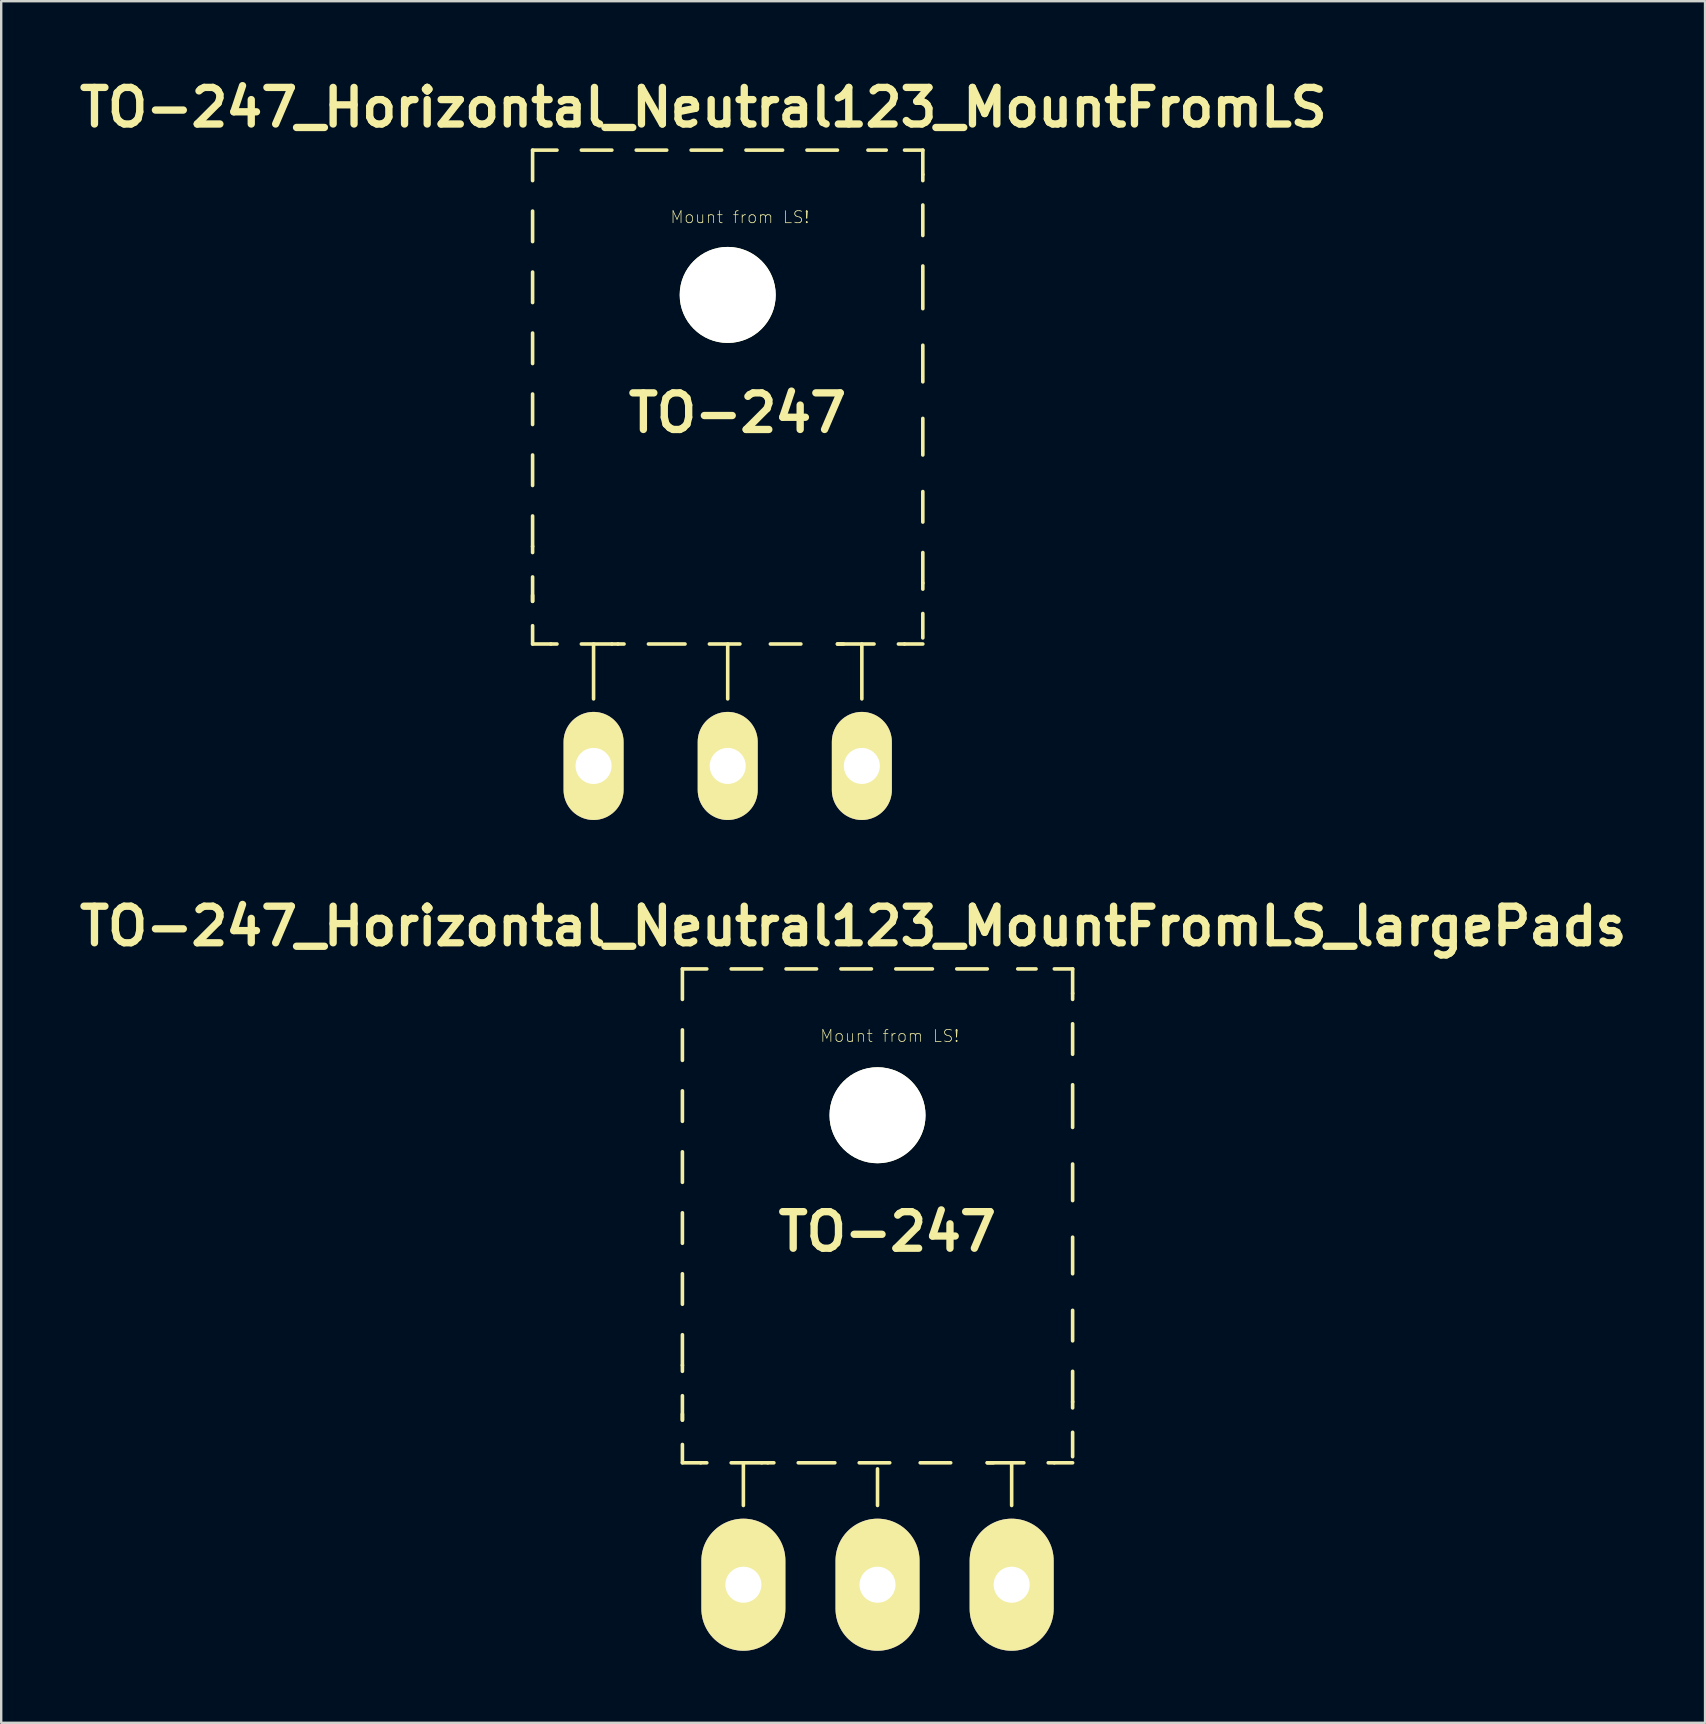
<source format=kicad_pcb>
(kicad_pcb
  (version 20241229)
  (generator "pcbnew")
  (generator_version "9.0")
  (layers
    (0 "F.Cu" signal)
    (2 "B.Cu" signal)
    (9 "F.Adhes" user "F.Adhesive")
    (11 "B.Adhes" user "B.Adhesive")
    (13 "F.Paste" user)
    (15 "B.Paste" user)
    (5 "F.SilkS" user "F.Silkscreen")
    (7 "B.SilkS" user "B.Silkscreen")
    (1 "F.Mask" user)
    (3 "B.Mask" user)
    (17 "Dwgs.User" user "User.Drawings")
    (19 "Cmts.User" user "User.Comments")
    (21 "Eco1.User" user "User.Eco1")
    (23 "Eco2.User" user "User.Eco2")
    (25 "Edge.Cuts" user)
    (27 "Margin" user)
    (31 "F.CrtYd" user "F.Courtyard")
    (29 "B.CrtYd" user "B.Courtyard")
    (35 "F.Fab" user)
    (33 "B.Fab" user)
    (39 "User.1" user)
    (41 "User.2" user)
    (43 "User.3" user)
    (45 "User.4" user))
  (footprint "TO-247_Horizontal_Neutral123_MountFromLS"
    (layer "F.Cu")
    (at 27.265 28.858)
    (property "Reference" "TO-247_Horizontal_Neutral123_MountFromLS" (at -1.016 -27.432 0) (layer "F.SilkS") (effects (font (size 1.524 1.524) (thickness 0.305))))
    (attr through_hole)
    (fp_line (start -8.128 -25.654) (end -8.128 -24.384) (stroke (width 0.15) (type solid)) (layer "F.SilkS"))
    (fp_line (start -8.128 -25.654) (end -7.112 -25.654) (stroke (width 0.15) (type solid)) (layer "F.SilkS"))
    (fp_line (start -8.128 -23.114) (end -8.128 -21.844) (stroke (width 0.15) (type solid)) (layer "F.SilkS"))
    (fp_line (start -8.128 -20.574) (end -8.128 -19.304) (stroke (width 0.15) (type solid)) (layer "F.SilkS"))
    (fp_line (start -8.128 -18.034) (end -8.128 -16.764) (stroke (width 0.15) (type solid)) (layer "F.SilkS"))
    (fp_line (start -8.128 -15.494) (end -8.128 -14.224) (stroke (width 0.15) (type solid)) (layer "F.SilkS"))
    (fp_line (start -8.128 -12.954) (end -8.128 -11.684) (stroke (width 0.15) (type solid)) (layer "F.SilkS"))
    (fp_line (start -8.128 -10.414) (end -8.128 -9.144) (stroke (width 0.15) (type solid)) (layer "F.SilkS"))
    (fp_line (start -8.128 -9.144) (end -8.128 -8.89) (stroke (width 0.15) (type solid)) (layer "F.SilkS"))
    (fp_line (start -8.128 -7.874) (end -8.128 -6.858) (stroke (width 0.15) (type solid)) (layer "F.SilkS"))
    (fp_line (start -8.128 -6.858) (end -8.128 -7.112) (stroke (width 0.15) (type solid)) (layer "F.SilkS"))
    (fp_line (start -8.128 -5.842) (end -8.128 -5.08) (stroke (width 0.15) (type solid)) (layer "F.SilkS"))
    (fp_line (start -8.128 -5.08) (end -7.366 -5.08) (stroke (width 0.15) (type solid)) (layer "F.SilkS"))
    (fp_line (start -7.366 -5.08) (end -7.112 -5.08) (stroke (width 0.15) (type solid)) (layer "F.SilkS"))
    (fp_line (start -6.096 -25.654) (end -4.826 -25.654) (stroke (width 0.15) (type solid)) (layer "F.SilkS"))
    (fp_line (start -6.096 -5.08) (end -4.826 -5.08) (stroke (width 0.15) (type solid)) (layer "F.SilkS"))
    (fp_line (start -5.588 -2.794) (end -5.588 -5.08) (stroke (width 0.15) (type solid)) (layer "F.SilkS"))
    (fp_line (start -4.826 -5.08) (end -4.572 -5.08) (stroke (width 0.15) (type solid)) (layer "F.SilkS"))
    (fp_line (start -4.572 -5.08) (end -4.318 -5.08) (stroke (width 0.15) (type solid)) (layer "F.SilkS"))
    (fp_line (start -3.81 -25.654) (end -2.54 -25.654) (stroke (width 0.15) (type solid)) (layer "F.SilkS"))
    (fp_line (start -3.302 -5.08) (end -1.778 -5.08) (stroke (width 0.15) (type solid)) (layer "F.SilkS"))
    (fp_line (start -1.524 -25.654) (end -0.254 -25.654) (stroke (width 0.15) (type solid)) (layer "F.SilkS"))
    (fp_line (start -0.762 -5.08) (end 0.508 -5.08) (stroke (width 0.15) (type solid)) (layer "F.SilkS"))
    (fp_line (start 0 -2.794) (end 0 -5.08) (stroke (width 0.15) (type solid)) (layer "F.SilkS"))
    (fp_line (start 0.762 -25.654) (end 2.286 -25.654) (stroke (width 0.15) (type solid)) (layer "F.SilkS"))
    (fp_line (start 1.778 -5.08) (end 3.048 -5.08) (stroke (width 0.15) (type solid)) (layer "F.SilkS"))
    (fp_line (start 3.302 -25.654) (end 4.572 -25.654) (stroke (width 0.15) (type solid)) (layer "F.SilkS"))
    (fp_line (start 4.572 -5.08) (end 4.826 -5.08) (stroke (width 0.15) (type solid)) (layer "F.SilkS"))
    (fp_line (start 5.588 -2.794) (end 5.588 -5.08) (stroke (width 0.15) (type solid)) (layer "F.SilkS"))
    (fp_line (start 5.842 -25.654) (end 6.604 -25.654) (stroke (width 0.15) (type solid)) (layer "F.SilkS"))
    (fp_line (start 6.096 -5.08) (end 4.572 -5.08) (stroke (width 0.15) (type solid)) (layer "F.SilkS"))
    (fp_line (start 7.366 -25.654) (end 8.128 -25.654) (stroke (width 0.15) (type solid)) (layer "F.SilkS"))
    (fp_line (start 7.366 -5.08) (end 7.112 -5.08) (stroke (width 0.15) (type solid)) (layer "F.SilkS"))
    (fp_line (start 8.128 -25.654) (end 8.128 -24.638) (stroke (width 0.15) (type solid)) (layer "F.SilkS"))
    (fp_line (start 8.128 -24.638) (end 8.128 -24.384) (stroke (width 0.15) (type solid)) (layer "F.SilkS"))
    (fp_line (start 8.128 -23.368) (end 8.128 -22.098) (stroke (width 0.15) (type solid)) (layer "F.SilkS"))
    (fp_line (start 8.128 -20.828) (end 8.128 -19.05) (stroke (width 0.15) (type solid)) (layer "F.SilkS"))
    (fp_line (start 8.128 -17.526) (end 8.128 -16.002) (stroke (width 0.15) (type solid)) (layer "F.SilkS"))
    (fp_line (start 8.128 -14.478) (end 8.128 -12.954) (stroke (width 0.15) (type solid)) (layer "F.SilkS"))
    (fp_line (start 8.128 -11.43) (end 8.128 -10.16) (stroke (width 0.15) (type solid)) (layer "F.SilkS"))
    (fp_line (start 8.128 -8.89) (end 8.128 -7.62) (stroke (width 0.15) (type solid)) (layer "F.SilkS"))
    (fp_line (start 8.128 -7.62) (end 8.128 -7.366) (stroke (width 0.15) (type solid)) (layer "F.SilkS"))
    (fp_line (start 8.128 -6.35) (end 8.128 -5.334) (stroke (width 0.15) (type solid)) (layer "F.SilkS"))
    (fp_line (start 8.128 -5.08) (end 7.366 -5.08) (stroke (width 0.15) (type solid)) (layer "F.SilkS"))
    (fp_circle (center 0 -19.558) (end 1.778 -19.558) (stroke (width 0.15) (type solid)) (fill no) (layer "F.SilkS"))
    (fp_text user "TO-247" (at 0.406 -14.707 0) (layer "F.SilkS") (effects (font (size 1.524 1.524) (thickness 0.305))))
    (fp_text user "Mount from LS!" (at 0.508 -22.86 0) (layer "F.SilkS") (effects (font (size 0.5 0.5) (thickness 0.03))))
    (pad "" np_thru_hole circle (at 0 -19.622) (size 4 4) (drill 4) (layers "*.Cu" "*.Mask" "F.SilkS"))
    (pad "1" thru_hole oval (at 5.588 0 90) (size 4.501 2.499) (drill 1.501) (layers "*.Cu" "*.Mask" "F.SilkS"))
    (pad "2" thru_hole oval (at 0 0 90) (size 4.501 2.499) (drill 1.501) (layers "*.Cu" "*.Mask" "F.SilkS"))
    (pad "3" thru_hole oval (at -5.588 0 90) (size 4.501 2.499) (drill 1.501) (layers "*.Cu" "*.Mask" "F.SilkS")))
  (footprint "TO-247_Horizontal_Neutral123_MountFromLS_largePads"
    (layer "F.Cu")
    (at 33.506 62.967)
    (property "Reference" "TO-247_Horizontal_Neutral123_MountFromLS_largePads" (at -1.016 -27.432 0) (layer "F.SilkS") (effects (font (size 1.524 1.524) (thickness 0.305))))
    (attr through_hole)
    (fp_line (start -8.128 -25.654) (end -8.128 -24.384) (stroke (width 0.15) (type solid)) (layer "F.SilkS"))
    (fp_line (start -8.128 -25.654) (end -7.112 -25.654) (stroke (width 0.15) (type solid)) (layer "F.SilkS"))
    (fp_line (start -8.128 -23.114) (end -8.128 -21.844) (stroke (width 0.15) (type solid)) (layer "F.SilkS"))
    (fp_line (start -8.128 -20.574) (end -8.128 -19.304) (stroke (width 0.15) (type solid)) (layer "F.SilkS"))
    (fp_line (start -8.128 -18.034) (end -8.128 -16.764) (stroke (width 0.15) (type solid)) (layer "F.SilkS"))
    (fp_line (start -8.128 -15.494) (end -8.128 -14.224) (stroke (width 0.15) (type solid)) (layer "F.SilkS"))
    (fp_line (start -8.128 -12.954) (end -8.128 -11.684) (stroke (width 0.15) (type solid)) (layer "F.SilkS"))
    (fp_line (start -8.128 -10.414) (end -8.128 -9.144) (stroke (width 0.15) (type solid)) (layer "F.SilkS"))
    (fp_line (start -8.128 -9.144) (end -8.128 -8.89) (stroke (width 0.15) (type solid)) (layer "F.SilkS"))
    (fp_line (start -8.128 -7.874) (end -8.128 -6.858) (stroke (width 0.15) (type solid)) (layer "F.SilkS"))
    (fp_line (start -8.128 -6.858) (end -8.128 -7.112) (stroke (width 0.15) (type solid)) (layer "F.SilkS"))
    (fp_line (start -8.128 -5.842) (end -8.128 -5.08) (stroke (width 0.15) (type solid)) (layer "F.SilkS"))
    (fp_line (start -8.128 -5.08) (end -7.366 -5.08) (stroke (width 0.15) (type solid)) (layer "F.SilkS"))
    (fp_line (start -7.366 -5.08) (end -7.112 -5.08) (stroke (width 0.15) (type solid)) (layer "F.SilkS"))
    (fp_line (start -6.096 -25.654) (end -4.826 -25.654) (stroke (width 0.15) (type solid)) (layer "F.SilkS"))
    (fp_line (start -6.096 -5.08) (end -4.826 -5.08) (stroke (width 0.15) (type solid)) (layer "F.SilkS"))
    (fp_line (start -5.588 -3.302) (end -5.588 -5.08) (stroke (width 0.15) (type solid)) (layer "F.SilkS"))
    (fp_line (start -4.826 -5.08) (end -4.572 -5.08) (stroke (width 0.15) (type solid)) (layer "F.SilkS"))
    (fp_line (start -4.572 -5.08) (end -4.318 -5.08) (stroke (width 0.15) (type solid)) (layer "F.SilkS"))
    (fp_line (start -3.81 -25.654) (end -2.54 -25.654) (stroke (width 0.15) (type solid)) (layer "F.SilkS"))
    (fp_line (start -3.302 -5.08) (end -1.778 -5.08) (stroke (width 0.15) (type solid)) (layer "F.SilkS"))
    (fp_line (start -1.524 -25.654) (end -0.254 -25.654) (stroke (width 0.15) (type solid)) (layer "F.SilkS"))
    (fp_line (start -0.762 -5.08) (end 0.508 -5.08) (stroke (width 0.15) (type solid)) (layer "F.SilkS"))
    (fp_line (start 0 -3.302) (end 0 -4.826) (stroke (width 0.15) (type solid)) (layer "F.SilkS"))
    (fp_line (start 0.762 -25.654) (end 2.286 -25.654) (stroke (width 0.15) (type solid)) (layer "F.SilkS"))
    (fp_line (start 1.778 -5.08) (end 3.048 -5.08) (stroke (width 0.15) (type solid)) (layer "F.SilkS"))
    (fp_line (start 3.302 -25.654) (end 4.572 -25.654) (stroke (width 0.15) (type solid)) (layer "F.SilkS"))
    (fp_line (start 4.572 -5.08) (end 4.826 -5.08) (stroke (width 0.15) (type solid)) (layer "F.SilkS"))
    (fp_line (start 5.588 -3.302) (end 5.588 -5.08) (stroke (width 0.15) (type solid)) (layer "F.SilkS"))
    (fp_line (start 5.842 -25.654) (end 6.604 -25.654) (stroke (width 0.15) (type solid)) (layer "F.SilkS"))
    (fp_line (start 6.096 -5.08) (end 4.572 -5.08) (stroke (width 0.15) (type solid)) (layer "F.SilkS"))
    (fp_line (start 7.366 -25.654) (end 8.128 -25.654) (stroke (width 0.15) (type solid)) (layer "F.SilkS"))
    (fp_line (start 7.366 -5.08) (end 7.112 -5.08) (stroke (width 0.15) (type solid)) (layer "F.SilkS"))
    (fp_line (start 8.128 -25.654) (end 8.128 -24.638) (stroke (width 0.15) (type solid)) (layer "F.SilkS"))
    (fp_line (start 8.128 -24.638) (end 8.128 -24.384) (stroke (width 0.15) (type solid)) (layer "F.SilkS"))
    (fp_line (start 8.128 -23.368) (end 8.128 -22.098) (stroke (width 0.15) (type solid)) (layer "F.SilkS"))
    (fp_line (start 8.128 -20.828) (end 8.128 -19.05) (stroke (width 0.15) (type solid)) (layer "F.SilkS"))
    (fp_line (start 8.128 -17.526) (end 8.128 -16.002) (stroke (width 0.15) (type solid)) (layer "F.SilkS"))
    (fp_line (start 8.128 -14.478) (end 8.128 -12.954) (stroke (width 0.15) (type solid)) (layer "F.SilkS"))
    (fp_line (start 8.128 -11.43) (end 8.128 -10.16) (stroke (width 0.15) (type solid)) (layer "F.SilkS"))
    (fp_line (start 8.128 -8.89) (end 8.128 -7.62) (stroke (width 0.15) (type solid)) (layer "F.SilkS"))
    (fp_line (start 8.128 -7.62) (end 8.128 -7.366) (stroke (width 0.15) (type solid)) (layer "F.SilkS"))
    (fp_line (start 8.128 -6.35) (end 8.128 -5.334) (stroke (width 0.15) (type solid)) (layer "F.SilkS"))
    (fp_line (start 8.128 -5.08) (end 7.366 -5.08) (stroke (width 0.15) (type solid)) (layer "F.SilkS"))
    (fp_circle (center 0 -19.558) (end 1.778 -19.558) (stroke (width 0.15) (type solid)) (fill no) (layer "F.SilkS"))
    (fp_text user "Mount from LS!" (at 0.508 -22.86 0) (layer "F.SilkS") (effects (font (size 0.5 0.5) (thickness 0.03))))
    (fp_text user "TO-247" (at 0.406 -14.707 0) (layer "F.SilkS") (effects (font (size 1.524 1.524) (thickness 0.305))))
    (pad "" np_thru_hole circle (at 0 -19.558) (size 4 4) (drill 4) (layers "*.Cu" "*.Mask" "F.SilkS"))
    (pad "1" thru_hole oval (at 5.588 0 90) (size 5.502 3.5) (drill 1.501) (layers "*.Cu" "*.Mask" "F.SilkS"))
    (pad "2" thru_hole oval (at 0 0 90) (size 5.502 3.5) (drill 1.501) (layers "*.Cu" "*.Mask" "F.SilkS"))
    (pad "3" thru_hole oval (at -5.588 0 90) (size 5.502 3.5) (drill 1.501) (layers "*.Cu" "*.Mask" "F.SilkS")))
  (gr_rect
    (start -3 -3)
    (end 67.98 68.718)
    (stroke (width 0.1) (type default))
    (fill no)
    (layer "Edge.Cuts")))
</source>
